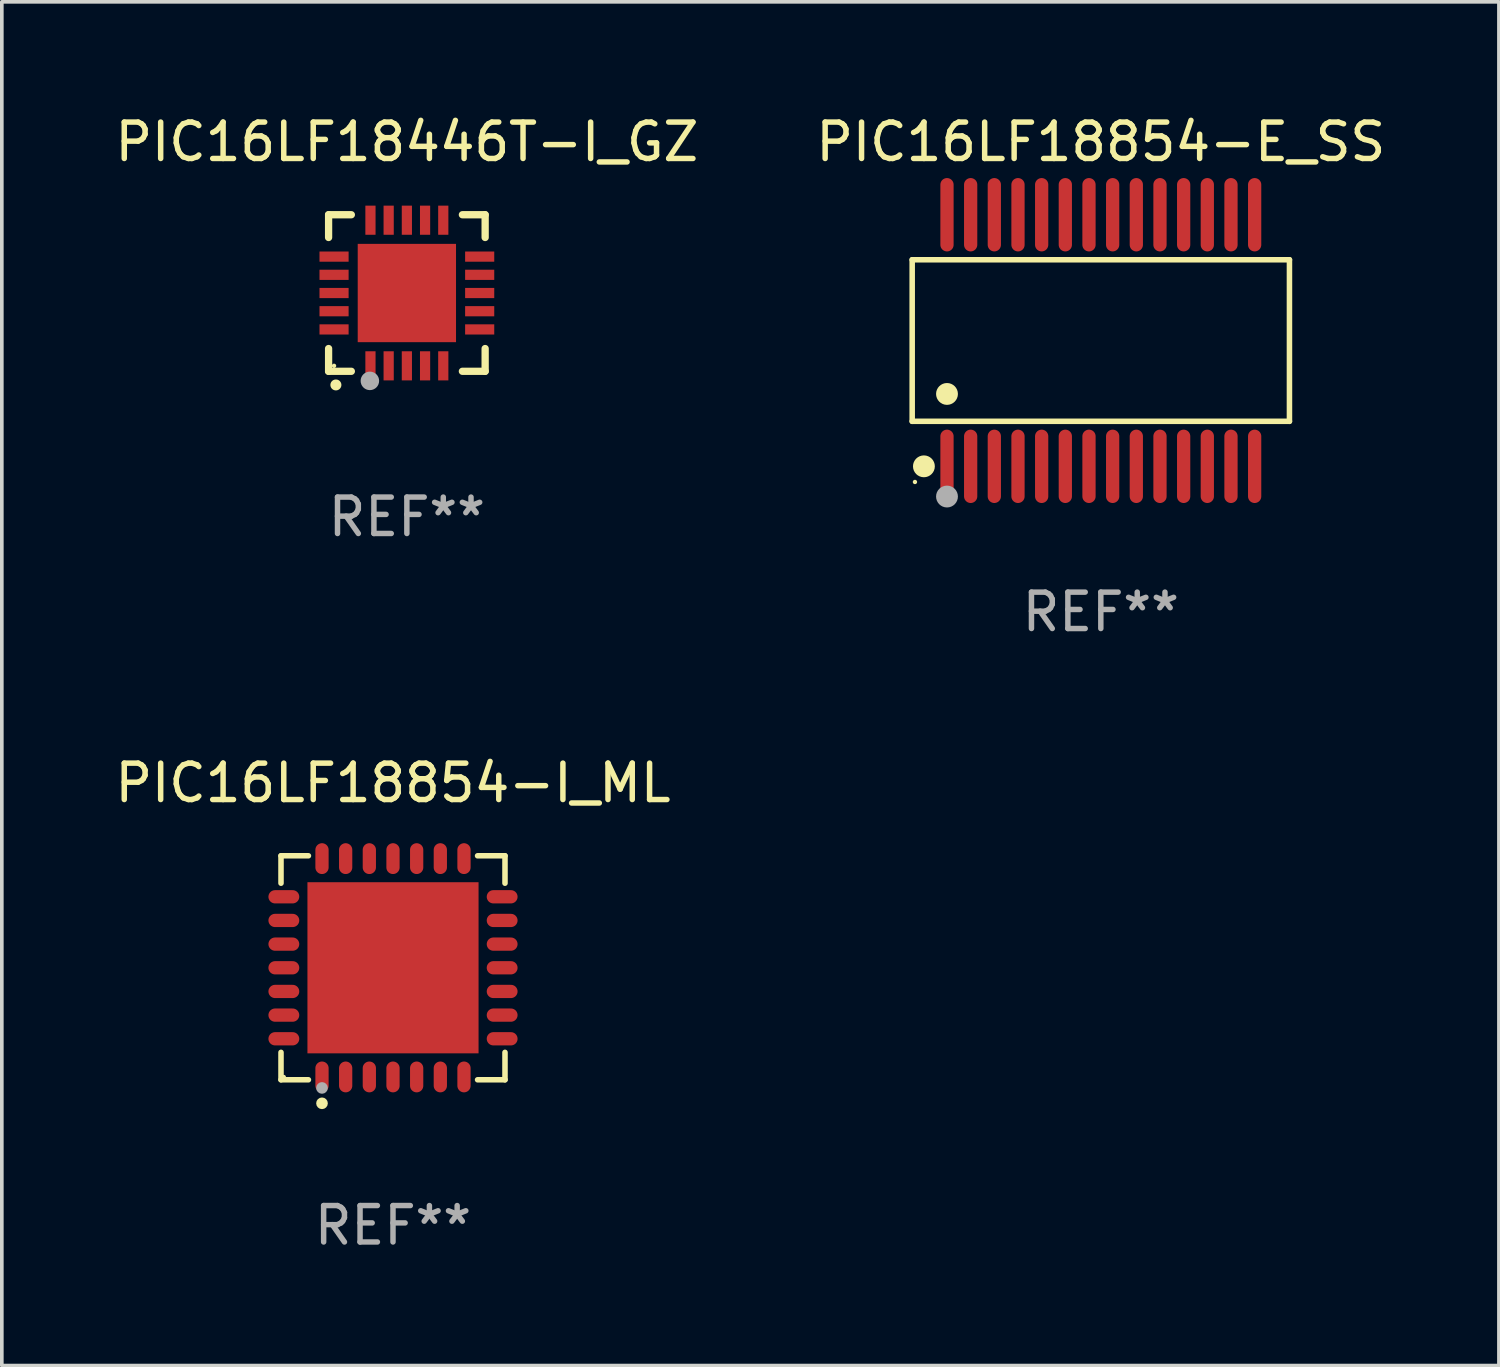
<source format=kicad_pcb>
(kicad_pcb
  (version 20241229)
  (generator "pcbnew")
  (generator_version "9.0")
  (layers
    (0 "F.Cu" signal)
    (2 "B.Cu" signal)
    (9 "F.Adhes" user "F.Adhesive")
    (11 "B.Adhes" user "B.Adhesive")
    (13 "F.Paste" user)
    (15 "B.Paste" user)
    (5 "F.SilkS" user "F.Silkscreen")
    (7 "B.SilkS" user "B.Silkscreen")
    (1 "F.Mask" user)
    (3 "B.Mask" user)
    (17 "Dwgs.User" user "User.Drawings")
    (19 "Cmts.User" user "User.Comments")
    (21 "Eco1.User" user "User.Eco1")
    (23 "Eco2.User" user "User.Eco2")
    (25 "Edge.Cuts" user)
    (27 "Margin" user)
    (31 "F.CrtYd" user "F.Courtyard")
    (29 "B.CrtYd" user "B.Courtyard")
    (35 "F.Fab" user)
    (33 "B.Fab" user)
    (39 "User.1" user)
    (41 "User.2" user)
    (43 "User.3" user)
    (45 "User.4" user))
  (footprint "PIC16LF18854-I_ML"
    (layer "F.Cu")
    (at 7.744 23.531)
    (property "Reference" "PIC16LF18854-I_ML" (at 0 -5.076 0) (layer "F.SilkS") (effects (font (size 1 1) (thickness 0.15))))
    (attr through_hole)
    (fp_line (start -3.076 -3.076) (end -2.323 -3.076) (stroke (width 0.152) (type solid)) (layer "F.SilkS"))
    (fp_line (start -3.076 -2.323) (end -3.076 -3.076) (stroke (width 0.152) (type solid)) (layer "F.SilkS"))
    (fp_line (start -3.076 2.323) (end -3.076 3.076) (stroke (width 0.152) (type solid)) (layer "F.SilkS"))
    (fp_line (start -3.076 3.076) (end -2.323 3.076) (stroke (width 0.152) (type solid)) (layer "F.SilkS"))
    (fp_line (start 3.076 -3.076) (end 2.323 -3.076) (stroke (width 0.152) (type solid)) (layer "F.SilkS"))
    (fp_line (start 3.076 -2.323) (end 3.076 -3.076) (stroke (width 0.152) (type solid)) (layer "F.SilkS"))
    (fp_line (start 3.076 2.323) (end 3.076 3.076) (stroke (width 0.152) (type solid)) (layer "F.SilkS"))
    (fp_line (start 3.076 3.076) (end 2.323 3.076) (stroke (width 0.152) (type solid)) (layer "F.SilkS"))
    (fp_circle (center -3 3) (end -2.97 3) (stroke (width 0.06) (type solid)) (fill no) (layer "F.SilkS"))
    (fp_circle (center -1.95 3.722) (end -1.87 3.722) (stroke (width 0.16) (type solid)) (fill no) (layer "F.SilkS"))
    (fp_circle (center -1.95 3.3) (end -1.87 3.3) (stroke (width 0.16) (type solid)) (fill no) (layer "F.Fab"))
    (fp_text user "REF**" (at 0 7.076 0) (layer "F.Fab") (effects (font (size 1 1) (thickness 0.15))))
    (pad "1" smd oval (at -1.95 2.998) (size 0.364 0.847) (layers "F.Cu" "F.Mask" "F.Paste"))
    (pad "2" smd oval (at -1.3 2.998) (size 0.364 0.847) (layers "F.Cu" "F.Mask" "F.Paste"))
    (pad "3" smd oval (at -0.65 2.998) (size 0.364 0.847) (layers "F.Cu" "F.Mask" "F.Paste"))
    (pad "4" smd oval (at 0 2.998) (size 0.364 0.847) (layers "F.Cu" "F.Mask" "F.Paste"))
    (pad "5" smd oval (at 0.65 2.998) (size 0.364 0.847) (layers "F.Cu" "F.Mask" "F.Paste"))
    (pad "6" smd oval (at 1.3 2.998) (size 0.364 0.847) (layers "F.Cu" "F.Mask" "F.Paste"))
    (pad "7" smd oval (at 1.95 2.998) (size 0.364 0.847) (layers "F.Cu" "F.Mask" "F.Paste"))
    (pad "8" smd oval (at 2.998 1.95) (size 0.847 0.364) (layers "F.Cu" "F.Mask" "F.Paste"))
    (pad "9" smd oval (at 2.998 1.3) (size 0.847 0.364) (layers "F.Cu" "F.Mask" "F.Paste"))
    (pad "10" smd oval (at 2.998 0.65) (size 0.847 0.364) (layers "F.Cu" "F.Mask" "F.Paste"))
    (pad "11" smd oval (at 2.998 0) (size 0.847 0.364) (layers "F.Cu" "F.Mask" "F.Paste"))
    (pad "12" smd oval (at 2.998 -0.65) (size 0.847 0.364) (layers "F.Cu" "F.Mask" "F.Paste"))
    (pad "13" smd oval (at 2.998 -1.3) (size 0.847 0.364) (layers "F.Cu" "F.Mask" "F.Paste"))
    (pad "14" smd oval (at 2.998 -1.95) (size 0.847 0.364) (layers "F.Cu" "F.Mask" "F.Paste"))
    (pad "15" smd oval (at 1.95 -2.998) (size 0.364 0.847) (layers "F.Cu" "F.Mask" "F.Paste"))
    (pad "16" smd oval (at 1.3 -2.998) (size 0.364 0.847) (layers "F.Cu" "F.Mask" "F.Paste"))
    (pad "17" smd oval (at 0.65 -2.998) (size 0.364 0.847) (layers "F.Cu" "F.Mask" "F.Paste"))
    (pad "18" smd oval (at 0 -2.998) (size 0.364 0.847) (layers "F.Cu" "F.Mask" "F.Paste"))
    (pad "19" smd oval (at -0.65 -2.998) (size 0.364 0.847) (layers "F.Cu" "F.Mask" "F.Paste"))
    (pad "20" smd oval (at -1.3 -2.998) (size 0.364 0.847) (layers "F.Cu" "F.Mask" "F.Paste"))
    (pad "21" smd oval (at -1.95 -2.998) (size 0.364 0.847) (layers "F.Cu" "F.Mask" "F.Paste"))
    (pad "22" smd oval (at -2.998 -1.95) (size 0.847 0.364) (layers "F.Cu" "F.Mask" "F.Paste"))
    (pad "23" smd oval (at -2.998 -1.3) (size 0.847 0.364) (layers "F.Cu" "F.Mask" "F.Paste"))
    (pad "24" smd oval (at -2.998 -0.65) (size 0.847 0.364) (layers "F.Cu" "F.Mask" "F.Paste"))
    (pad "25" smd oval (at -2.998 0) (size 0.847 0.364) (layers "F.Cu" "F.Mask" "F.Paste"))
    (pad "26" smd oval (at -2.998 0.65) (size 0.847 0.364) (layers "F.Cu" "F.Mask" "F.Paste"))
    (pad "27" smd oval (at -2.998 1.3) (size 0.847 0.364) (layers "F.Cu" "F.Mask" "F.Paste"))
    (pad "28" smd oval (at -2.998 1.95) (size 0.847 0.364) (layers "F.Cu" "F.Mask" "F.Paste"))
    (pad "29" smd rect (at 0 0) (size 4.7 4.7) (layers "F.Cu" "F.Mask" "F.Paste")))
  (footprint "PIC16LF18854-E_SS"
    (layer "F.Cu")
    (at 27.185 6.303)
    (property "Reference" "PIC16LF18854-E_SS" (at 0 -5.455 0) (layer "F.SilkS") (effects (font (size 1 1) (thickness 0.15))))
    (attr through_hole)
    (fp_line (start -5.181 -2.219) (end 5.181 -2.219) (stroke (width 0.152) (type solid)) (layer "F.SilkS"))
    (fp_line (start -5.181 2.219) (end -5.181 -2.219) (stroke (width 0.152) (type solid)) (layer "F.SilkS"))
    (fp_line (start 5.181 -2.219) (end 5.181 2.219) (stroke (width 0.152) (type solid)) (layer "F.SilkS"))
    (fp_line (start 5.181 2.219) (end -5.181 2.219) (stroke (width 0.152) (type solid)) (layer "F.SilkS"))
    (fp_circle (center -5.105 3.885) (end -5.075 3.885) (stroke (width 0.06) (type solid)) (fill no) (layer "F.SilkS"))
    (fp_circle (center -4.859 3.455) (end -4.709 3.455) (stroke (width 0.3) (type solid)) (fill no) (layer "F.SilkS"))
    (fp_circle (center -4.225 1.467) (end -4.075 1.467) (stroke (width 0.3) (type solid)) (fill no) (layer "F.SilkS"))
    (fp_circle (center -4.225 4.285) (end -4.075 4.285) (stroke (width 0.3) (type solid)) (fill no) (layer "F.Fab"))
    (fp_text user "REF**" (at 0 7.455 0) (layer "F.Fab") (effects (font (size 1 1) (thickness 0.15))))
    (pad "1" smd oval (at -4.225 3.455) (size 0.364 2.015) (layers "F.Cu" "F.Mask" "F.Paste"))
    (pad "2" smd oval (at -3.575 3.455) (size 0.364 2.015) (layers "F.Cu" "F.Mask" "F.Paste"))
    (pad "3" smd oval (at -2.925 3.455) (size 0.364 2.015) (layers "F.Cu" "F.Mask" "F.Paste"))
    (pad "4" smd oval (at -2.275 3.455) (size 0.364 2.015) (layers "F.Cu" "F.Mask" "F.Paste"))
    (pad "5" smd oval (at -1.625 3.455) (size 0.364 2.015) (layers "F.Cu" "F.Mask" "F.Paste"))
    (pad "6" smd oval (at -0.975 3.455) (size 0.364 2.015) (layers "F.Cu" "F.Mask" "F.Paste"))
    (pad "7" smd oval (at -0.325 3.455) (size 0.364 2.015) (layers "F.Cu" "F.Mask" "F.Paste"))
    (pad "8" smd oval (at 0.325 3.455) (size 0.364 2.015) (layers "F.Cu" "F.Mask" "F.Paste"))
    (pad "9" smd oval (at 0.975 3.455) (size 0.364 2.015) (layers "F.Cu" "F.Mask" "F.Paste"))
    (pad "10" smd oval (at 1.625 3.455) (size 0.364 2.015) (layers "F.Cu" "F.Mask" "F.Paste"))
    (pad "11" smd oval (at 2.275 3.455) (size 0.364 2.015) (layers "F.Cu" "F.Mask" "F.Paste"))
    (pad "12" smd oval (at 2.925 3.455) (size 0.364 2.015) (layers "F.Cu" "F.Mask" "F.Paste"))
    (pad "13" smd oval (at 3.575 3.455) (size 0.364 2.015) (layers "F.Cu" "F.Mask" "F.Paste"))
    (pad "14" smd oval (at 4.225 3.455) (size 0.364 2.015) (layers "F.Cu" "F.Mask" "F.Paste"))
    (pad "15" smd oval (at 4.225 -3.455) (size 0.364 2.015) (layers "F.Cu" "F.Mask" "F.Paste"))
    (pad "16" smd oval (at 3.575 -3.455) (size 0.364 2.015) (layers "F.Cu" "F.Mask" "F.Paste"))
    (pad "17" smd oval (at 2.925 -3.455) (size 0.364 2.015) (layers "F.Cu" "F.Mask" "F.Paste"))
    (pad "18" smd oval (at 2.275 -3.455) (size 0.364 2.015) (layers "F.Cu" "F.Mask" "F.Paste"))
    (pad "19" smd oval (at 1.625 -3.455) (size 0.364 2.015) (layers "F.Cu" "F.Mask" "F.Paste"))
    (pad "20" smd oval (at 0.975 -3.455) (size 0.364 2.015) (layers "F.Cu" "F.Mask" "F.Paste"))
    (pad "21" smd oval (at 0.325 -3.455) (size 0.364 2.015) (layers "F.Cu" "F.Mask" "F.Paste"))
    (pad "22" smd oval (at -0.325 -3.455) (size 0.364 2.015) (layers "F.Cu" "F.Mask" "F.Paste"))
    (pad "23" smd oval (at -0.975 -3.455) (size 0.364 2.015) (layers "F.Cu" "F.Mask" "F.Paste"))
    (pad "24" smd oval (at -1.625 -3.455) (size 0.364 2.015) (layers "F.Cu" "F.Mask" "F.Paste"))
    (pad "25" smd oval (at -2.275 -3.455) (size 0.364 2.015) (layers "F.Cu" "F.Mask" "F.Paste"))
    (pad "26" smd oval (at -2.925 -3.455) (size 0.364 2.015) (layers "F.Cu" "F.Mask" "F.Paste"))
    (pad "27" smd oval (at -3.575 -3.455) (size 0.364 2.015) (layers "F.Cu" "F.Mask" "F.Paste"))
    (pad "28" smd oval (at -4.225 -3.455) (size 0.364 2.015) (layers "F.Cu" "F.Mask" "F.Paste")))
  (footprint "PIC16LF18446T-I_GZ"
    (layer "F.Cu")
    (at 8.125 4.998)
    (property "Reference" "PIC16LF18446T-I_GZ" (at 0 -4.15 0) (layer "F.SilkS") (effects (font (size 1 1) (thickness 0.15))))
    (attr through_hole)
    (fp_line (start -2.15 -2.15) (end -2.15 -1.525) (stroke (width 0.2) (type solid)) (layer "F.SilkS"))
    (fp_line (start -2.15 2.15) (end -2.15 1.525) (stroke (width 0.2) (type solid)) (layer "F.SilkS"))
    (fp_line (start -1.525 -2.15) (end -2.15 -2.15) (stroke (width 0.2) (type solid)) (layer "F.SilkS"))
    (fp_line (start -1.525 2.15) (end -2.15 2.15) (stroke (width 0.2) (type solid)) (layer "F.SilkS"))
    (fp_line (start 1.525 2.15) (end 2.15 2.15) (stroke (width 0.2) (type solid)) (layer "F.SilkS"))
    (fp_line (start 2.15 -2.15) (end 1.525 -2.15) (stroke (width 0.2) (type solid)) (layer "F.SilkS"))
    (fp_line (start 2.15 -1.525) (end 2.15 -2.15) (stroke (width 0.2) (type solid)) (layer "F.SilkS"))
    (fp_line (start 2.15 2.15) (end 2.15 1.525) (stroke (width 0.2) (type solid)) (layer "F.SilkS"))
    (fp_arc (start -1.950724 2.524765) (mid -1.949454 2.52476) (end -1.948184 2.524765) (stroke (width 0.3) (type solid)) (layer "F.SilkS"))
    (fp_circle (center -2 2) (end -1.97 2) (stroke (width 0.06) (type solid)) (fill no) (layer "F.SilkS"))
    (fp_circle (center -1.016 2.413) (end -0.889 2.413) (stroke (width 0.254) (type solid)) (fill no) (layer "F.Fab"))
    (fp_text user "REF**" (at 0 6.15 0) (layer "F.Fab") (effects (font (size 1 1) (thickness 0.15))))
    (pad "1" smd rect (at -1 2 180) (size 0.28 0.8) (layers "F.Cu" "F.Mask" "F.Paste"))
    (pad "2" smd rect (at -0.5 2 180) (size 0.28 0.8) (layers "F.Cu" "F.Mask" "F.Paste"))
    (pad "3" smd rect (at 0 2 180) (size 0.28 0.8) (layers "F.Cu" "F.Mask" "F.Paste"))
    (pad "4" smd rect (at 0.5 2 180) (size 0.28 0.8) (layers "F.Cu" "F.Mask" "F.Paste"))
    (pad "5" smd rect (at 1 2 180) (size 0.28 0.8) (layers "F.Cu" "F.Mask" "F.Paste"))
    (pad "6" smd rect (at 2 1 90) (size 0.28 0.8) (layers "F.Cu" "F.Mask" "F.Paste"))
    (pad "7" smd rect (at 2 0.5 90) (size 0.28 0.8) (layers "F.Cu" "F.Mask" "F.Paste"))
    (pad "8" smd rect (at 2 0 90) (size 0.28 0.8) (layers "F.Cu" "F.Mask" "F.Paste"))
    (pad "9" smd rect (at 2 -0.5 90) (size 0.28 0.8) (layers "F.Cu" "F.Mask" "F.Paste"))
    (pad "10" smd rect (at 2 -1 90) (size 0.28 0.8) (layers "F.Cu" "F.Mask" "F.Paste"))
    (pad "11" smd rect (at 1 -2 180) (size 0.28 0.8) (layers "F.Cu" "F.Mask" "F.Paste"))
    (pad "12" smd rect (at 0.5 -2 180) (size 0.28 0.8) (layers "F.Cu" "F.Mask" "F.Paste"))
    (pad "13" smd rect (at 0 -2 180) (size 0.28 0.8) (layers "F.Cu" "F.Mask" "F.Paste"))
    (pad "14" smd rect (at -0.5 -2 180) (size 0.28 0.8) (layers "F.Cu" "F.Mask" "F.Paste"))
    (pad "15" smd rect (at -1 -2 180) (size 0.28 0.8) (layers "F.Cu" "F.Mask" "F.Paste"))
    (pad "16" smd rect (at -2 -1 90) (size 0.28 0.8) (layers "F.Cu" "F.Mask" "F.Paste"))
    (pad "17" smd rect (at -2 -0.5 90) (size 0.28 0.8) (layers "F.Cu" "F.Mask" "F.Paste"))
    (pad "18" smd rect (at -2 0 90) (size 0.28 0.8) (layers "F.Cu" "F.Mask" "F.Paste"))
    (pad "19" smd rect (at -2 0.5 90) (size 0.28 0.8) (layers "F.Cu" "F.Mask" "F.Paste"))
    (pad "20" smd rect (at -2 1 90) (size 0.28 0.8) (layers "F.Cu" "F.Mask" "F.Paste"))
    (pad "21" smd rect (at 0 0 90) (size 2.7 2.7) (layers "F.Cu" "F.Mask" "F.Paste")))
  (gr_rect
    (start -3 -3)
    (end 38.119 34.456)
    (stroke (width 0.1) (type default))
    (fill no)
    (layer "Edge.Cuts")))
</source>
